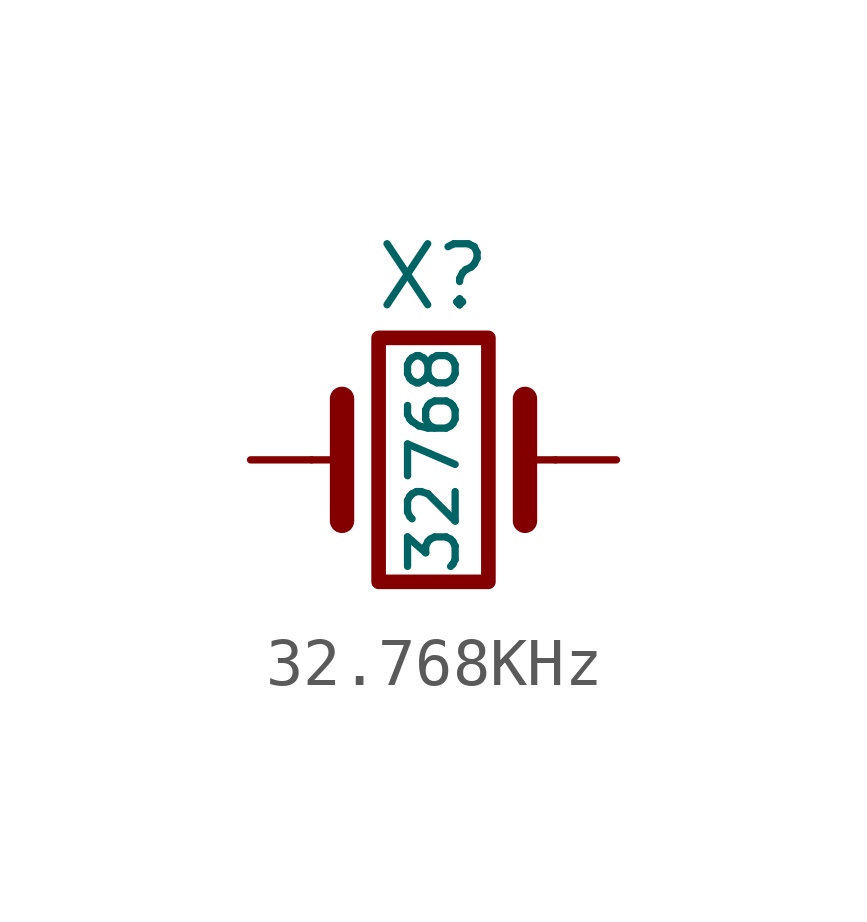
<source format=kicad_sym>
(kicad_symbol_lib
  (version 20241209)
  (generator "kicad_symbol_editor")
  (generator_version "9.0")
  (symbol "32.768KHz"
    (pin_numbers
      (hide yes))
    (pin_names
      (offset 0.254)
      (hide yes))
    (property "Reference" "X"
      (at 0 3.81 0)
      (effects (font (size 1.27 1.27))))
    (property "Value" "32768"
      (at 0 0 90)
      (effects (font (size 0.991 0.991))))
    (symbol "32.768KHz_0_1"
      (polyline (pts (xy -2.54 0) (xy -1.905 0)) (stroke (width 0) (type default)) (fill (type none)))
      (polyline (pts (xy -1.905 -1.27) (xy -1.905 1.27)) (stroke (width 0.508) (type default)) (fill (type none)))
      (rectangle (start -1.143 2.54) (end 1.143 -2.54) (stroke (width 0.305) (type default)) (fill (type none)))
      (polyline (pts (xy 1.905 -1.27) (xy 1.905 1.27)) (stroke (width 0.508) (type default)) (fill (type none)))
      (polyline (pts (xy 2.54 0) (xy 1.905 0)) (stroke (width 0) (type default)) (fill (type none))))
    (symbol "32.768KHz_1_1"
      (pin passive line (at -3.81 0 0) (length 1.27) (name "1" (effects (font (size 1.27 1.27)))) (number "1" (effects (font (size 1.27 1.27)))))
      (pin passive line (at 3.81 0 180) (length 1.27) (name "3" (effects (font (size 1.27 1.27)))) (number "3" (effects (font (size 1.27 1.27))))))))
</source>
